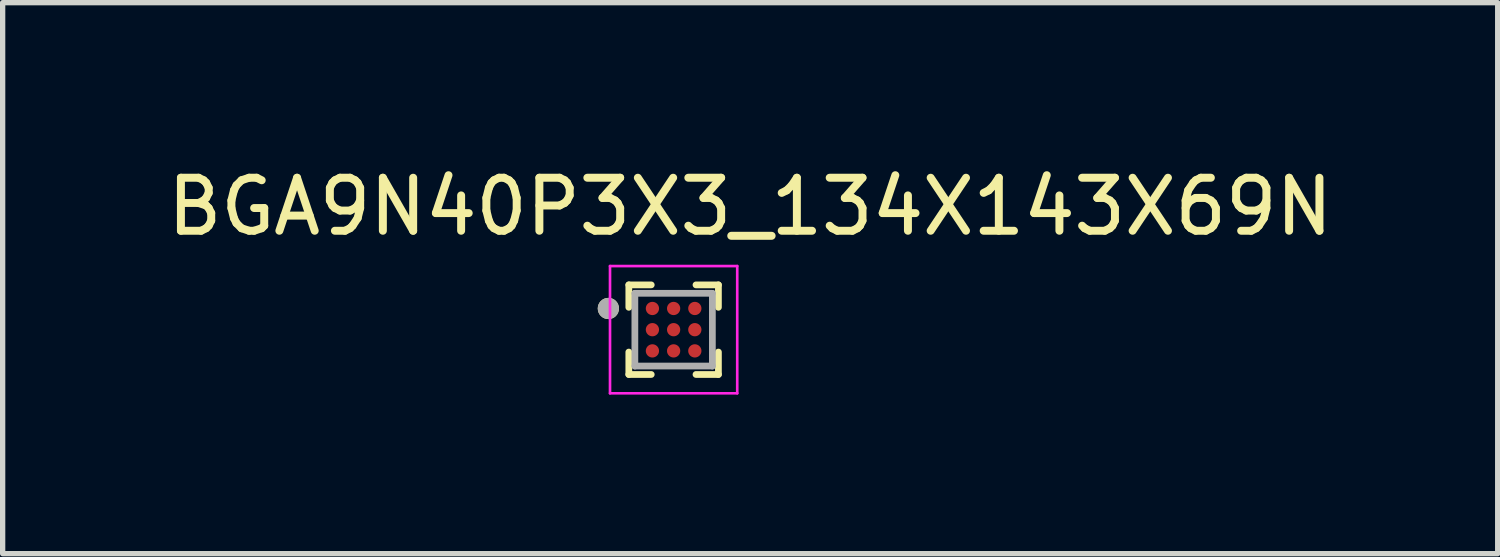
<source format=kicad_pcb>
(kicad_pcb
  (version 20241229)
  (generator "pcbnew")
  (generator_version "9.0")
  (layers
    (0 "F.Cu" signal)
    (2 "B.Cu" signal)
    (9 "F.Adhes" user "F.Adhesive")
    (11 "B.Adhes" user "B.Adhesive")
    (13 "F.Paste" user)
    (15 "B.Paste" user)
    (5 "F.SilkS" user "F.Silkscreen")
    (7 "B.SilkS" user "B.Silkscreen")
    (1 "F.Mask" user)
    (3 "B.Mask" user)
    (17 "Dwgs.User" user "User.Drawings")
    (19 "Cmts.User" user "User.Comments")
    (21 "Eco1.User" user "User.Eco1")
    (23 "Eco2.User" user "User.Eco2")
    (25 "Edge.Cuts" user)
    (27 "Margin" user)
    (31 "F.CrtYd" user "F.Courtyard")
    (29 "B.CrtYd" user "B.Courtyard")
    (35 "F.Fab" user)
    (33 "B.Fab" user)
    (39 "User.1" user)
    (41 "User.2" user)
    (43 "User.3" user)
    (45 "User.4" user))
  (footprint "BGA9N40P3X3_134X143X69N"
    (layer "F.Cu")
    (at 9.657 3.169)
    (property "Reference" "BGA9N40P3X3_134X143X69N" (at 1.444 -2.321 0) (layer "F.SilkS") (effects (font (size 1 1) (thickness 0.15))))
    (attr smd)
    (fp_line (start -0.845 -0.845) (end -0.845 -0.422) (stroke (width 0.127) (type solid)) (layer "F.SilkS"))
    (fp_line (start -0.845 -0.845) (end -0.422 -0.845) (stroke (width 0.127) (type solid)) (layer "F.SilkS"))
    (fp_line (start -0.845 0.845) (end -0.845 0.422) (stroke (width 0.127) (type solid)) (layer "F.SilkS"))
    (fp_line (start -0.845 0.845) (end -0.422 0.845) (stroke (width 0.127) (type solid)) (layer "F.SilkS"))
    (fp_line (start 0.845 -0.845) (end 0.422 -0.845) (stroke (width 0.127) (type solid)) (layer "F.SilkS"))
    (fp_line (start 0.845 -0.845) (end 0.845 -0.422) (stroke (width 0.127) (type solid)) (layer "F.SilkS"))
    (fp_line (start 0.845 0.845) (end 0.422 0.845) (stroke (width 0.127) (type solid)) (layer "F.SilkS"))
    (fp_line (start 0.845 0.845) (end 0.845 0.422) (stroke (width 0.127) (type solid)) (layer "F.SilkS"))
    (fp_circle (center -1.231 -0.4) (end -1.131 -0.4) (stroke (width 0.2) (type solid)) (fill no) (layer "F.SilkS"))
    (fp_line (start -1.2 -1.2) (end 1.2 -1.2) (stroke (width 0.05) (type solid)) (layer "F.CrtYd"))
    (fp_line (start -1.2 1.2) (end -1.2 -1.2) (stroke (width 0.05) (type solid)) (layer "F.CrtYd"))
    (fp_line (start -1.2 1.2) (end 1.2 1.2) (stroke (width 0.05) (type solid)) (layer "F.CrtYd"))
    (fp_line (start 1.2 1.2) (end 1.2 -1.2) (stroke (width 0.05) (type solid)) (layer "F.CrtYd"))
    (fp_line (start -0.731 0.686) (end -0.731 -0.686) (stroke (width 0.127) (type solid)) (layer "F.Fab"))
    (fp_line (start 0.731 -0.686) (end -0.731 -0.686) (stroke (width 0.127) (type solid)) (layer "F.Fab"))
    (fp_line (start 0.731 0.686) (end -0.731 0.686) (stroke (width 0.127) (type solid)) (layer "F.Fab"))
    (fp_line (start 0.731 0.686) (end 0.731 -0.686) (stroke (width 0.127) (type solid)) (layer "F.Fab"))
    (fp_circle (center -1.231 -0.4) (end -1.131 -0.4) (stroke (width 0.2) (type solid)) (fill no) (layer "F.Fab"))
    (pad "A1" smd circle (at -0.4 -0.4) (size 0.25 0.25) (layers "F.Cu" "F.Mask" "F.Paste"))
    (pad "A2" smd circle (at 0 -0.4) (size 0.25 0.25) (layers "F.Cu" "F.Mask" "F.Paste"))
    (pad "A3" smd circle (at 0.4 -0.4) (size 0.25 0.25) (layers "F.Cu" "F.Mask" "F.Paste"))
    (pad "B1" smd circle (at -0.4 0) (size 0.25 0.25) (layers "F.Cu" "F.Mask" "F.Paste"))
    (pad "B2" smd circle (at 0 0) (size 0.25 0.25) (layers "F.Cu" "F.Mask" "F.Paste"))
    (pad "B3" smd circle (at 0.4 0) (size 0.25 0.25) (layers "F.Cu" "F.Mask" "F.Paste"))
    (pad "C1" smd circle (at -0.4 0.4) (size 0.25 0.25) (layers "F.Cu" "F.Mask" "F.Paste"))
    (pad "C2" smd circle (at 0 0.4) (size 0.25 0.25) (layers "F.Cu" "F.Mask" "F.Paste"))
    (pad "C3" smd circle (at 0.4 0.4) (size 0.25 0.25) (layers "F.Cu" "F.Mask" "F.Paste")))
  (gr_rect
    (start -3 -3)
    (end 25.202 7.394)
    (stroke (width 0.1) (type default))
    (fill no)
    (layer "Edge.Cuts")))
</source>
